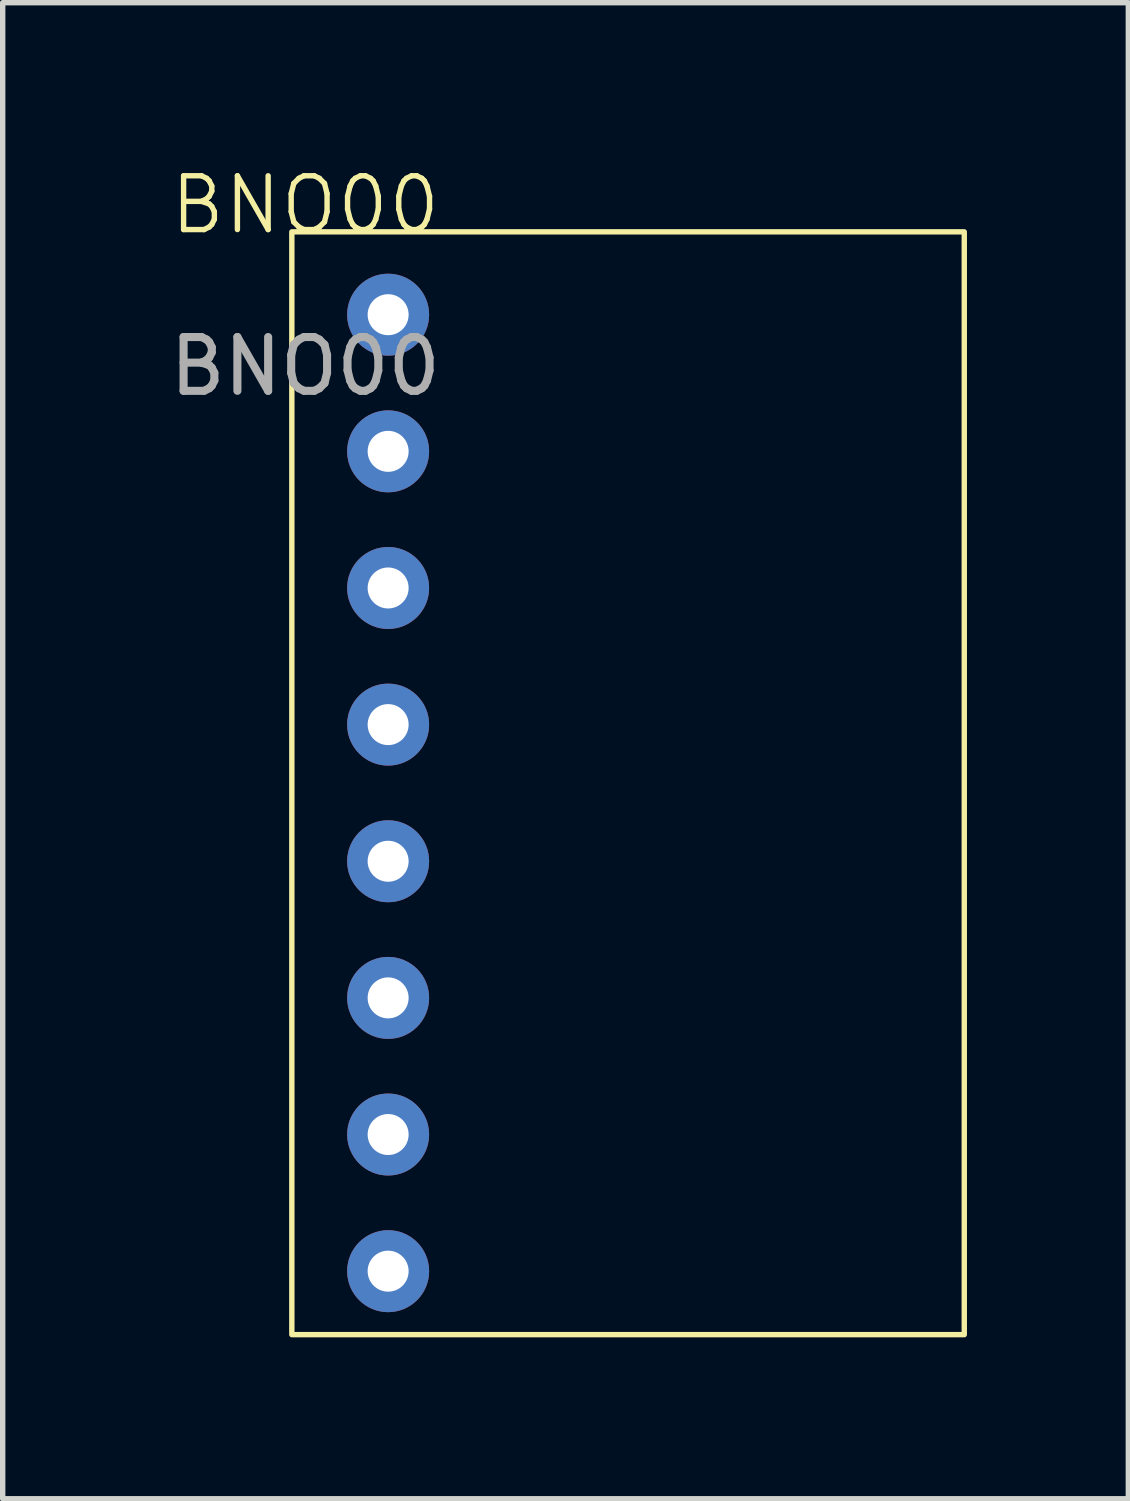
<source format=kicad_pcb>
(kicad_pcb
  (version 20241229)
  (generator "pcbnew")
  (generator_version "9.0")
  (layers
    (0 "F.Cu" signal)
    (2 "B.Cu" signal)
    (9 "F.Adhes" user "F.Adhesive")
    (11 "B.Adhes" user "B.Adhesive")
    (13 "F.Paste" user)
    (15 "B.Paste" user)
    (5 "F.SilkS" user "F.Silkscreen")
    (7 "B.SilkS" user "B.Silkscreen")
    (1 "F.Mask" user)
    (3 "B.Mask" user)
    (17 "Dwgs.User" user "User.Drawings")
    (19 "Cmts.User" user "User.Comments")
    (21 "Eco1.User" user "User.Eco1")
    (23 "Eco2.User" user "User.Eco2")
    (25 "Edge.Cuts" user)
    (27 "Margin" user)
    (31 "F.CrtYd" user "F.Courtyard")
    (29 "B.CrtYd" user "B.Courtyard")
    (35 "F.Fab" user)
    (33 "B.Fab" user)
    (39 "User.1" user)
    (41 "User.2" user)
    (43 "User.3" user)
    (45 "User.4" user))
  (footprint "BNO00"
    (layer "F.Cu")
    (at 2.625 1.26)
    (property "Reference" "BNO00" (at 0 -0.5 0) (unlocked yes) (layer "F.SilkS") (effects (font (size 1 1) (thickness 0.1))))
    (attr through_hole)
    (fp_rect (start -0.25 0) (end 12.25 20.5) (stroke (width 0.1) (type default)) (fill no) (layer "F.SilkS"))
    (fp_text user "${REFERENCE}" (at 0 2.5 0) (unlocked yes) (layer "F.Fab") (effects (font (size 1 1) (thickness 0.15))))
    (pad "1" thru_hole circle (at 1.54 1.54) (size 1.524 1.524) (drill 0.762) (layers "*.Cu" "*.Mask"))
    (pad "2" thru_hole circle (at 1.54 4.08) (size 1.524 1.524) (drill 0.762) (layers "*.Cu" "*.Mask"))
    (pad "3" thru_hole circle (at 1.54 6.62) (size 1.524 1.524) (drill 0.762) (layers "*.Cu" "*.Mask"))
    (pad "4" thru_hole circle (at 1.54 9.16) (size 1.524 1.524) (drill 0.762) (layers "*.Cu" "*.Mask"))
    (pad "5" thru_hole circle (at 1.54 11.7) (size 1.524 1.524) (drill 0.762) (layers "*.Cu" "*.Mask"))
    (pad "6" thru_hole circle (at 1.54 14.24) (size 1.524 1.524) (drill 0.762) (layers "*.Cu" "*.Mask"))
    (pad "7" thru_hole circle (at 1.54 16.78) (size 1.524 1.524) (drill 0.762) (layers "*.Cu" "*.Mask"))
    (pad "8" thru_hole circle (at 1.54 19.32) (size 1.524 1.524) (drill 0.762) (layers "*.Cu" "*.Mask")))
  (gr_rect
    (start -3 -3)
    (end 17.925 24.811)
    (stroke (width 0.1) (type default))
    (fill no)
    (layer "Edge.Cuts")))
</source>
